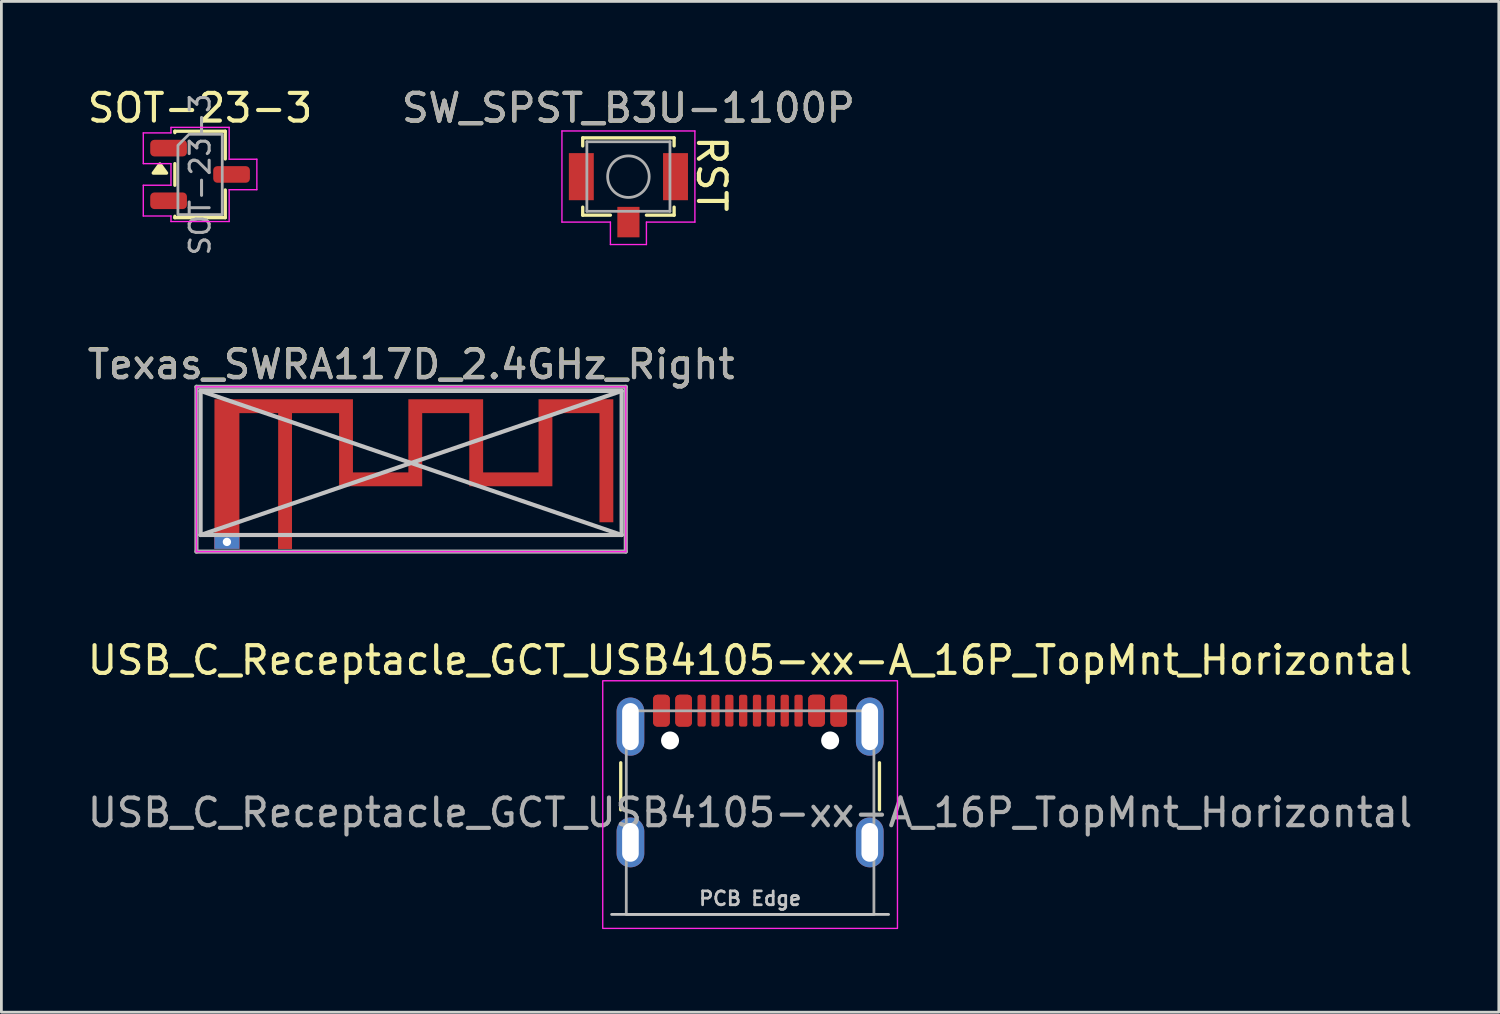
<source format=kicad_pcb>
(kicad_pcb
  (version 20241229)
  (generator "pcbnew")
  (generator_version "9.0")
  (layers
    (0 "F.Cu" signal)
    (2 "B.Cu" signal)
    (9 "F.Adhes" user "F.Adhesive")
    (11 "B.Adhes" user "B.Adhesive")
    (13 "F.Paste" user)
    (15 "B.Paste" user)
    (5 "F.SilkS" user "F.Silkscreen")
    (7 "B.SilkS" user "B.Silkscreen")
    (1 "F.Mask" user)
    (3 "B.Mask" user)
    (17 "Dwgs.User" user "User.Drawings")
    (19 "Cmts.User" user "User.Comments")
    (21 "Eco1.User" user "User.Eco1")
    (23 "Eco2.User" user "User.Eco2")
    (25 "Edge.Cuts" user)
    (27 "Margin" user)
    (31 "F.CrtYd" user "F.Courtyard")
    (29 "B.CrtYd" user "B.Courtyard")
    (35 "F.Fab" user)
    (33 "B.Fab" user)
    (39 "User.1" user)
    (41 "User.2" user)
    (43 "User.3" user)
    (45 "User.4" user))
  (footprint "SW_SPST_B3U-1100P"
    (layer "F.Cu")
    (at 19.637 4.148)
    (property "Reference" "SW_SPST_B3U-1100P" (at 0 -3.3 0) (layer "F.SilkS") (effects (font (size 1 1) (thickness 0.15))))
    (property "Label" "RST" (at 3 -0.92 270) (unlocked yes) (layer "F.SilkS") (effects (font (size 1 1) (thickness 0.15))))
    (attr smd)
    (fp_line (start -1.65 -2.22) (end 1.65 -2.22) (stroke (width 0.12) (type solid)) (layer "F.SilkS"))
    (fp_line (start -1.65 -1.93) (end -1.65 -2.22) (stroke (width 0.12) (type solid)) (layer "F.SilkS"))
    (fp_line (start -1.65 0.28) (end -1.65 0.57) (stroke (width 0.12) (type solid)) (layer "F.SilkS"))
    (fp_line (start -1.65 0.57) (end -0.65 0.57) (stroke (width 0.12) (type solid)) (layer "F.SilkS"))
    (fp_line (start 1.65 -2.22) (end 1.65 -1.93) (stroke (width 0.12) (type solid)) (layer "F.SilkS"))
    (fp_line (start 1.65 0.57) (end 0.65 0.57) (stroke (width 0.12) (type solid)) (layer "F.SilkS"))
    (fp_line (start 1.65 0.57) (end 1.65 0.28) (stroke (width 0.12) (type solid)) (layer "F.SilkS"))
    (fp_line (start -2.4 -2.47) (end -2.4 0.82) (stroke (width 0.05) (type solid)) (layer "F.CrtYd"))
    (fp_line (start -2.4 0.82) (end -0.65 0.82) (stroke (width 0.05) (type solid)) (layer "F.CrtYd"))
    (fp_line (start -0.65 0.82) (end -0.65 1.63) (stroke (width 0.05) (type solid)) (layer "F.CrtYd"))
    (fp_line (start -0.65 1.63) (end 0.65 1.63) (stroke (width 0.05) (type solid)) (layer "F.CrtYd"))
    (fp_line (start 0.65 0.82) (end 2.4 0.82) (stroke (width 0.05) (type solid)) (layer "F.CrtYd"))
    (fp_line (start 0.65 1.63) (end 0.65 0.82) (stroke (width 0.05) (type solid)) (layer "F.CrtYd"))
    (fp_line (start 2.4 -2.47) (end -2.4 -2.47) (stroke (width 0.05) (type solid)) (layer "F.CrtYd"))
    (fp_line (start 2.4 0.82) (end 2.4 -2.47) (stroke (width 0.05) (type solid)) (layer "F.CrtYd"))
    (fp_line (start -1.5 -2.08) (end 1.5 -2.08) (stroke (width 0.1) (type solid)) (layer "F.Fab"))
    (fp_line (start -1.5 0.43) (end -1.5 -2.08) (stroke (width 0.1) (type solid)) (layer "F.Fab"))
    (fp_line (start 1.5 -2.08) (end 1.5 0.43) (stroke (width 0.1) (type solid)) (layer "F.Fab"))
    (fp_line (start 1.5 0.43) (end -1.5 0.43) (stroke (width 0.1) (type solid)) (layer "F.Fab"))
    (fp_circle (center 0 -0.82) (end 0.75 -0.82) (stroke (width 0.1) (type solid)) (fill no) (layer "F.Fab"))
    (fp_text user "${REFERENCE}" (at 0 -3.3 0) (layer "F.Fab") (effects (font (size 1 1) (thickness 0.15))))
    (pad "1" smd rect (at -1.7 -0.82) (size 0.9 1.7) (layers "F.Cu" "F.Mask" "F.Paste"))
    (pad "2" smd rect (at 1.7 -0.82) (size 0.9 1.7) (layers "F.Cu" "F.Mask" "F.Paste"))
    (pad "3" smd rect (at 0 0.82) (size 0.8 1.1) (layers "F.Cu" "F.Mask" "F.Paste")))
  (footprint "SOT-23-3"
    (layer "F.Cu")
    (at 4.173 3.248)
    (property "Reference" "SOT-23-3" (at 0 -2.4 0) (layer "F.SilkS") (effects (font (size 1 1) (thickness 0.15))))
    (attr smd)
    (fp_line (start -0.91 -1.56) (end 0.91 -1.56) (stroke (width 0.12) (type solid)) (layer "F.SilkS"))
    (fp_line (start -0.91 -1.51) (end -0.91 -1.56) (stroke (width 0.12) (type solid)) (layer "F.SilkS"))
    (fp_line (start -0.91 0.39) (end -0.91 -0.39) (stroke (width 0.12) (type solid)) (layer "F.SilkS"))
    (fp_line (start -0.91 1.56) (end -0.91 1.51) (stroke (width 0.12) (type solid)) (layer "F.SilkS"))
    (fp_line (start 0.91 -1.56) (end 0.91 -0.56) (stroke (width 0.12) (type solid)) (layer "F.SilkS"))
    (fp_line (start 0.91 0.56) (end 0.91 1.56) (stroke (width 0.12) (type solid)) (layer "F.SilkS"))
    (fp_line (start 0.91 1.56) (end -0.91 1.56) (stroke (width 0.12) (type solid)) (layer "F.SilkS"))
    (fp_poly (pts (xy -1.45 -0.38) (xy -1.21 -0.05) (xy -1.69 -0.05)) (stroke (width 0.12) (type solid)) (fill yes) (layer "F.SilkS"))
    (fp_line (start -2.05 -1.5) (end -1.05 -1.5) (stroke (width 0.05) (type solid)) (layer "F.CrtYd"))
    (fp_line (start -2.05 -0.39) (end -2.05 -1.5) (stroke (width 0.05) (type solid)) (layer "F.CrtYd"))
    (fp_line (start -2.05 0.39) (end -1.05 0.39) (stroke (width 0.05) (type solid)) (layer "F.CrtYd"))
    (fp_line (start -2.05 1.5) (end -2.05 0.39) (stroke (width 0.05) (type solid)) (layer "F.CrtYd"))
    (fp_line (start -1.05 -1.7) (end 1.05 -1.7) (stroke (width 0.05) (type solid)) (layer "F.CrtYd"))
    (fp_line (start -1.05 -1.5) (end -1.05 -1.7) (stroke (width 0.05) (type solid)) (layer "F.CrtYd"))
    (fp_line (start -1.05 -0.39) (end -2.05 -0.39) (stroke (width 0.05) (type solid)) (layer "F.CrtYd"))
    (fp_line (start -1.05 0.39) (end -1.05 -0.39) (stroke (width 0.05) (type solid)) (layer "F.CrtYd"))
    (fp_line (start -1.05 1.5) (end -2.05 1.5) (stroke (width 0.05) (type solid)) (layer "F.CrtYd"))
    (fp_line (start -1.05 1.7) (end -1.05 1.5) (stroke (width 0.05) (type solid)) (layer "F.CrtYd"))
    (fp_line (start 1.05 -1.7) (end 1.05 -0.55) (stroke (width 0.05) (type solid)) (layer "F.CrtYd"))
    (fp_line (start 1.05 -0.55) (end 2.05 -0.55) (stroke (width 0.05) (type solid)) (layer "F.CrtYd"))
    (fp_line (start 1.05 0.55) (end 1.05 1.7) (stroke (width 0.05) (type solid)) (layer "F.CrtYd"))
    (fp_line (start 1.05 1.7) (end -1.05 1.7) (stroke (width 0.05) (type solid)) (layer "F.CrtYd"))
    (fp_line (start 2.05 -0.55) (end 2.05 0.55) (stroke (width 0.05) (type solid)) (layer "F.CrtYd"))
    (fp_line (start 2.05 0.55) (end 1.05 0.55) (stroke (width 0.05) (type solid)) (layer "F.CrtYd"))
    (fp_poly (pts (xy -0.4 -1.45) (xy 0.8 -1.45) (xy 0.8 1.45) (xy -0.8 1.45) (xy -0.8 -1.05)) (stroke (width 0.1) (type solid)) (fill no) (layer "F.Fab"))
    (fp_text user "${REFERENCE}" (at 0 0 90) (layer "F.Fab") (effects (font (size 0.72 0.72) (thickness 0.11))))
    (pad "1" smd roundrect (at -1.137 -0.95) (size 1.325 0.6) (layers "F.Cu" "F.Mask" "F.Paste") (roundrect_rratio 0.25))
    (pad "2" smd roundrect (at -1.137 0.95) (size 1.325 0.6) (layers "F.Cu" "F.Mask" "F.Paste") (roundrect_rratio 0.25))
    (pad "3" smd roundrect (at 1.137 0) (size 1.325 0.6) (layers "F.Cu" "F.Mask" "F.Paste") (roundrect_rratio 0.25)))
  (footprint "USB_C_Receptacle_GCT_USB4105-xx-A_16P_TopMnt_Horizontal"
    (layer "F.Cu")
    (at 24.03 26.287)
    (property "Reference" "USB_C_Receptacle_GCT_USB4105-xx-A_16P_TopMnt_Horizontal" (at 0 -5.5 0) (unlocked yes) (layer "F.SilkS") (effects (font (size 1 1) (thickness 0.15))))
    (attr smd)
    (fp_line (start -4.67 -0.1) (end -4.67 -1.8) (stroke (width 0.12) (type solid)) (layer "F.SilkS"))
    (fp_line (start 4.67 -0.1) (end 4.67 -1.8) (stroke (width 0.12) (type solid)) (layer "F.SilkS"))
    (fp_line (start 5 3.675) (end -5 3.675) (stroke (width 0.1) (type solid)) (layer "Dwgs.User"))
    (fp_rect (start -5.32 -4.76) (end 5.32 4.18) (stroke (width 0.05) (type solid)) (fill no) (layer "F.CrtYd"))
    (fp_rect (start -4.47 -3.675) (end 4.47 3.675) (stroke (width 0.1) (type solid)) (fill no) (layer "F.Fab"))
    (fp_text user "PCB Edge" (at 0 3.1 0) (unlocked yes) (layer "Dwgs.User") (effects (font (size 0.5 0.5) (thickness 0.1))))
    (fp_text user "${REFERENCE}" (at 0 0 0) (unlocked yes) (layer "F.Fab") (effects (font (size 1 1) (thickness 0.15))))
    (pad "" np_thru_hole circle (at -2.89 -2.605) (size 0.65 0.65) (drill 0.65) (layers "*.Cu" "*.Mask"))
    (pad "" np_thru_hole circle (at 2.89 -2.605) (size 0.65 0.65) (drill 0.65) (layers "*.Cu" "*.Mask"))
    (pad "A1" smd roundrect (at -3.2 -3.68) (size 0.6 1.15) (layers "F.Cu" "F.Mask" "F.Paste") (roundrect_rratio 0.25))
    (pad "A4" smd roundrect (at -2.4 -3.68) (size 0.6 1.15) (layers "F.Cu" "F.Mask" "F.Paste") (roundrect_rratio 0.25))
    (pad "A5" smd roundrect (at -1.25 -3.68) (size 0.3 1.15) (layers "F.Cu" "F.Mask" "F.Paste") (roundrect_rratio 0.25))
    (pad "A6" smd roundrect (at -0.25 -3.68) (size 0.3 1.15) (layers "F.Cu" "F.Mask" "F.Paste") (roundrect_rratio 0.25))
    (pad "A7" smd roundrect (at 0.25 -3.68) (size 0.3 1.15) (layers "F.Cu" "F.Mask" "F.Paste") (roundrect_rratio 0.25))
    (pad "A8" smd roundrect (at 1.25 -3.68) (size 0.3 1.15) (layers "F.Cu" "F.Mask" "F.Paste") (roundrect_rratio 0.25))
    (pad "A9" smd roundrect (at 2.4 -3.68) (size 0.6 1.15) (layers "F.Cu" "F.Mask" "F.Paste") (roundrect_rratio 0.25))
    (pad "A12" smd roundrect (at 3.2 -3.68) (size 0.6 1.15) (layers "F.Cu" "F.Mask" "F.Paste") (roundrect_rratio 0.25))
    (pad "B1" smd roundrect (at 3.2 -3.68) (size 0.6 1.15) (layers "F.Cu" "F.Mask" "F.Paste") (roundrect_rratio 0.25))
    (pad "B4" smd roundrect (at 2.4 -3.68) (size 0.6 1.15) (layers "F.Cu" "F.Mask" "F.Paste") (roundrect_rratio 0.25))
    (pad "B5" smd roundrect (at 1.75 -3.68) (size 0.3 1.15) (layers "F.Cu" "F.Mask" "F.Paste") (roundrect_rratio 0.25))
    (pad "B6" smd roundrect (at 0.75 -3.68) (size 0.3 1.15) (layers "F.Cu" "F.Mask" "F.Paste") (roundrect_rratio 0.25))
    (pad "B7" smd roundrect (at -0.75 -3.68) (size 0.3 1.15) (layers "F.Cu" "F.Mask" "F.Paste") (roundrect_rratio 0.25))
    (pad "B8" smd roundrect (at -1.75 -3.68) (size 0.3 1.15) (layers "F.Cu" "F.Mask" "F.Paste") (roundrect_rratio 0.25))
    (pad "B9" smd roundrect (at -2.4 -3.68) (size 0.6 1.15) (layers "F.Cu" "F.Mask" "F.Paste") (roundrect_rratio 0.25))
    (pad "B12" smd roundrect (at -3.2 -3.68) (size 0.6 1.15) (layers "F.Cu" "F.Mask" "F.Paste") (roundrect_rratio 0.25))
    (pad "S1" thru_hole oval (at -4.32 -3.105) (size 1 2.1) (drill oval 0.6 1.7) (property pad_prop_heatsink) (layers "*.Cu" "*.Mask" "F.Paste"))
    (pad "S1" thru_hole oval (at -4.32 1.075) (size 1 1.8) (drill oval 0.6 1.4) (property pad_prop_heatsink) (layers "*.Cu" "*.Mask" "F.Paste"))
    (pad "S1" thru_hole oval (at 4.32 -3.105) (size 1 2.1) (drill oval 0.6 1.7) (property pad_prop_heatsink) (layers "*.Cu" "*.Mask" "F.Paste"))
    (pad "S1" thru_hole oval (at 4.32 1.075) (size 1 1.8) (drill oval 0.6 1.4) (property pad_prop_heatsink) (layers "*.Cu" "*.Mask" "F.Paste")))
  (footprint "Texas_SWRA117D_2.4GHz_Right"
    (layer "F.Cu")
    (at 7.242 16.514)
    (property "Reference" "Texas_SWRA117D_2.4GHz_Right" (at 4.55 -6.41 0) (layer "F.SilkS") (effects (font (size 1 1) (thickness 0.15))))
    (attr exclude_from_pos_files exclude_from_bom)
    (fp_poly (pts (xy 2.45 -2.51) (xy 4.45 -2.51) (xy 4.45 -5.15) (xy 7.15 -5.15) (xy 7.15 -2.51) (xy 9.15 -2.51) (xy 9.15 -5.15) (xy 11.85 -5.15) (xy 11.85 -0.71) (xy 11.35 -0.71) (xy 11.35 -4.65) (xy 9.65 -4.65) (xy 9.65 -2.01) (xy 6.65 -2.01) (xy 6.65 -4.65) (xy 4.95 -4.65) (xy 4.95 -2.01) (xy 1.95 -2.01) (xy 1.95 -4.65) (xy 0.25 -4.65) (xy 0.25 0.25) (xy -0.25 0.25) (xy -0.25 -4.65) (xy -1.65 -4.65) (xy -1.65 0.25) (xy -2.55 0.25) (xy -2.55 0.007) (xy -2.248 0.007) (xy -2.238 0.054) (xy -2.214 0.097) (xy -2.176 0.13) (xy -2.168 0.134) (xy -2.125 0.146) (xy -2.077 0.145) (xy -2.031 0.132) (xy -2.013 0.122) (xy -1.979 0.087) (xy -1.958 0.041) (xy -1.952 -0.008) (xy -1.96 -0.056) (xy -1.977 -0.089) (xy -2.012 -0.121) (xy -2.058 -0.141) (xy -2.107 -0.148) (xy -2.155 -0.14) (xy -2.188 -0.123) (xy -2.223 -0.086) (xy -2.243 -0.042) (xy -2.248 0.007) (xy -2.55 0.007) (xy -2.55 -5.15) (xy 2.45 -5.15) (xy 2.45 -2.51)) (stroke (width 0) (type solid)) (fill yes) (layer "F.Cu"))
    (fp_line (start -3.05 -5.45) (end 12.15 -5.45) (stroke (width 0.15) (type solid)) (layer "Dwgs.User"))
    (fp_line (start -3.05 -5.45) (end 12.15 -0.25) (stroke (width 0.15) (type solid)) (layer "Dwgs.User"))
    (fp_line (start -3.05 -0.25) (end -3.05 -5.45) (stroke (width 0.15) (type solid)) (layer "Dwgs.User"))
    (fp_line (start -3.05 -0.25) (end 12.15 -5.45) (stroke (width 0.15) (type solid)) (layer "Dwgs.User"))
    (fp_line (start -3.05 -0.25) (end 12.15 -0.25) (stroke (width 0.15) (type solid)) (layer "Dwgs.User"))
    (fp_line (start 12.15 -0.25) (end 12.15 -5.45) (stroke (width 0.15) (type solid)) (layer "Dwgs.User"))
    (fp_line (start -3.2 -5.6) (end 12.3 -5.6) (stroke (width 0.05) (type solid)) (layer "F.CrtYd"))
    (fp_line (start -3.2 0.35) (end -3.2 -5.6) (stroke (width 0.05) (type solid)) (layer "F.CrtYd"))
    (fp_line (start 12.3 -5.6) (end 12.3 0.35) (stroke (width 0.05) (type solid)) (layer "F.CrtYd"))
    (fp_line (start 12.3 0.35) (end -3.2 0.35) (stroke (width 0.05) (type solid)) (layer "F.CrtYd"))
    (fp_line (start -3.2 -5.6) (end 12.3 -5.6) (stroke (width 0.15) (type solid)) (layer "F.Fab"))
    (fp_line (start -3.2 0.35) (end -3.2 -5.6) (stroke (width 0.15) (type solid)) (layer "F.Fab"))
    (fp_line (start 12.3 -5.6) (end 12.3 0.35) (stroke (width 0.15) (type solid)) (layer "F.Fab"))
    (fp_line (start 12.3 0.35) (end -3.2 0.35) (stroke (width 0.15) (type solid)) (layer "F.Fab"))
    (fp_text user "${REFERENCE}" (at 4.55 -6.4 0) (layer "F.Fab") (effects (font (size 1 1) (thickness 0.15))))
    (pad "1" connect rect (at 0 0) (size 0.5 0.5) (layers "F.Cu"))
    (pad "2" thru_hole rect (at -2.1 0) (size 0.9 0.5) (drill 0.3) (layers "*.Cu")))
  (gr_rect
    (start -3 -3)
    (end 51.06 33.492)
    (stroke (width 0.1) (type default))
    (fill no)
    (layer "Edge.Cuts")))
</source>
